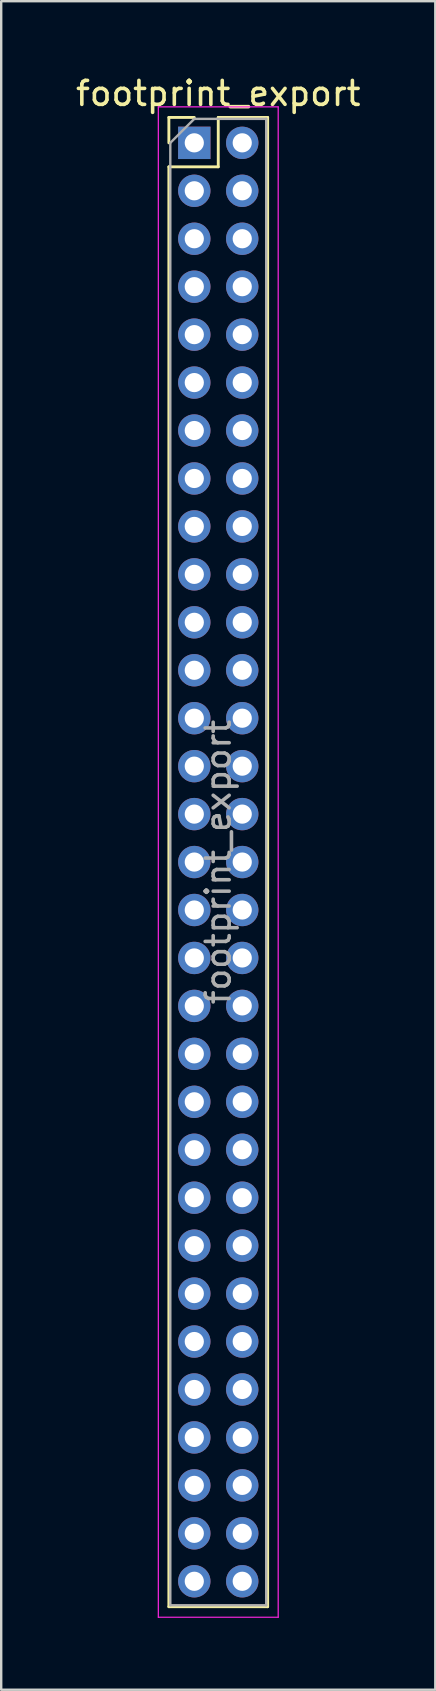
<source format=kicad_pcb>
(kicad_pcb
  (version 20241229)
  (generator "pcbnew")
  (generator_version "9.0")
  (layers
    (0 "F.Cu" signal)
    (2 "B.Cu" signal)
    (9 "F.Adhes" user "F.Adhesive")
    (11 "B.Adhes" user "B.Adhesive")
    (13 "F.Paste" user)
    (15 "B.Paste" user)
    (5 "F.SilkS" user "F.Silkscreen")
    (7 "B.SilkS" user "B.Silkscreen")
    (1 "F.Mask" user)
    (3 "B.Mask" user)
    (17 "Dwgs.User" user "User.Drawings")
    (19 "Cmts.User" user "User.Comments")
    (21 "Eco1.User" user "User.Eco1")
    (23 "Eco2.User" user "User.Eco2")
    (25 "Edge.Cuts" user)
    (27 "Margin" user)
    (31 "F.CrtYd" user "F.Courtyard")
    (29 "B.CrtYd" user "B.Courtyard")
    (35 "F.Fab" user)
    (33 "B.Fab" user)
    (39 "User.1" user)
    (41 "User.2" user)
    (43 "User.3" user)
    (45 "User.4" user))
  (footprint "footprint_export"
    (layer "F.Cu")
    (at 5.054 2.908)
    (property "Reference" "footprint_export" (at 1 -2.06 0) (layer "F.SilkS") (effects (font (size 1 1) (thickness 0.15))))
    (attr through_hole)
    (fp_line (start -1.06 -1.06) (end 0 -1.06) (stroke (width 0.12) (type solid)) (layer "F.SilkS"))
    (fp_line (start -1.06 0) (end -1.06 -1.06) (stroke (width 0.12) (type solid)) (layer "F.SilkS"))
    (fp_line (start -1.06 1) (end -1.06 61.06) (stroke (width 0.12) (type solid)) (layer "F.SilkS"))
    (fp_line (start -1.06 1) (end 1 1) (stroke (width 0.12) (type solid)) (layer "F.SilkS"))
    (fp_line (start -1.06 61.06) (end 3.06 61.06) (stroke (width 0.12) (type solid)) (layer "F.SilkS"))
    (fp_line (start 1 -1.06) (end 3.06 -1.06) (stroke (width 0.12) (type solid)) (layer "F.SilkS"))
    (fp_line (start 1 1) (end 1 -1.06) (stroke (width 0.12) (type solid)) (layer "F.SilkS"))
    (fp_line (start 3.06 -1.06) (end 3.06 61.06) (stroke (width 0.12) (type solid)) (layer "F.SilkS"))
    (fp_line (start -1.5 -1.5) (end -1.5 61.5) (stroke (width 0.05) (type solid)) (layer "F.CrtYd"))
    (fp_line (start -1.5 61.5) (end 3.5 61.5) (stroke (width 0.05) (type solid)) (layer "F.CrtYd"))
    (fp_line (start 3.5 -1.5) (end -1.5 -1.5) (stroke (width 0.05) (type solid)) (layer "F.CrtYd"))
    (fp_line (start 3.5 61.5) (end 3.5 -1.5) (stroke (width 0.05) (type solid)) (layer "F.CrtYd"))
    (fp_line (start -1 0) (end 0 -1) (stroke (width 0.1) (type solid)) (layer "F.Fab"))
    (fp_line (start -1 61) (end -1 0) (stroke (width 0.1) (type solid)) (layer "F.Fab"))
    (fp_line (start 0 -1) (end 3 -1) (stroke (width 0.1) (type solid)) (layer "F.Fab"))
    (fp_line (start 3 -1) (end 3 61) (stroke (width 0.1) (type solid)) (layer "F.Fab"))
    (fp_line (start 3 61) (end -1 61) (stroke (width 0.1) (type solid)) (layer "F.Fab"))
    (fp_text user "${REFERENCE}" (at 1 30 90) (layer "F.Fab") (effects (font (size 1 1) (thickness 0.15))))
    (pad "1" thru_hole rect (at 0 0) (size 1.35 1.35) (drill 0.8) (layers "*.Cu" "*.Mask"))
    (pad "2" thru_hole oval (at 2 0) (size 1.35 1.35) (drill 0.8) (layers "*.Cu" "*.Mask"))
    (pad "3" thru_hole oval (at 0 2) (size 1.35 1.35) (drill 0.8) (layers "*.Cu" "*.Mask"))
    (pad "4" thru_hole oval (at 2 2) (size 1.35 1.35) (drill 0.8) (layers "*.Cu" "*.Mask"))
    (pad "5" thru_hole oval (at 0 4) (size 1.35 1.35) (drill 0.8) (layers "*.Cu" "*.Mask"))
    (pad "6" thru_hole oval (at 2 4) (size 1.35 1.35) (drill 0.8) (layers "*.Cu" "*.Mask"))
    (pad "7" thru_hole oval (at 0 6) (size 1.35 1.35) (drill 0.8) (layers "*.Cu" "*.Mask"))
    (pad "8" thru_hole oval (at 2 6) (size 1.35 1.35) (drill 0.8) (layers "*.Cu" "*.Mask"))
    (pad "9" thru_hole oval (at 0 8) (size 1.35 1.35) (drill 0.8) (layers "*.Cu" "*.Mask"))
    (pad "10" thru_hole oval (at 2 8) (size 1.35 1.35) (drill 0.8) (layers "*.Cu" "*.Mask"))
    (pad "11" thru_hole oval (at 0 10) (size 1.35 1.35) (drill 0.8) (layers "*.Cu" "*.Mask"))
    (pad "12" thru_hole oval (at 2 10) (size 1.35 1.35) (drill 0.8) (layers "*.Cu" "*.Mask"))
    (pad "13" thru_hole oval (at 0 12) (size 1.35 1.35) (drill 0.8) (layers "*.Cu" "*.Mask"))
    (pad "14" thru_hole oval (at 2 12) (size 1.35 1.35) (drill 0.8) (layers "*.Cu" "*.Mask"))
    (pad "15" thru_hole oval (at 0 14) (size 1.35 1.35) (drill 0.8) (layers "*.Cu" "*.Mask"))
    (pad "16" thru_hole oval (at 2 14) (size 1.35 1.35) (drill 0.8) (layers "*.Cu" "*.Mask"))
    (pad "17" thru_hole oval (at 0 16) (size 1.35 1.35) (drill 0.8) (layers "*.Cu" "*.Mask"))
    (pad "18" thru_hole oval (at 2 16) (size 1.35 1.35) (drill 0.8) (layers "*.Cu" "*.Mask"))
    (pad "19" thru_hole oval (at 0 18) (size 1.35 1.35) (drill 0.8) (layers "*.Cu" "*.Mask"))
    (pad "20" thru_hole oval (at 2 18) (size 1.35 1.35) (drill 0.8) (layers "*.Cu" "*.Mask"))
    (pad "21" thru_hole oval (at 0 20) (size 1.35 1.35) (drill 0.8) (layers "*.Cu" "*.Mask"))
    (pad "22" thru_hole oval (at 2 20) (size 1.35 1.35) (drill 0.8) (layers "*.Cu" "*.Mask"))
    (pad "23" thru_hole oval (at 0 22) (size 1.35 1.35) (drill 0.8) (layers "*.Cu" "*.Mask"))
    (pad "24" thru_hole oval (at 2 22) (size 1.35 1.35) (drill 0.8) (layers "*.Cu" "*.Mask"))
    (pad "25" thru_hole oval (at 0 24) (size 1.35 1.35) (drill 0.8) (layers "*.Cu" "*.Mask"))
    (pad "26" thru_hole oval (at 2 24) (size 1.35 1.35) (drill 0.8) (layers "*.Cu" "*.Mask"))
    (pad "27" thru_hole oval (at 0 26) (size 1.35 1.35) (drill 0.8) (layers "*.Cu" "*.Mask"))
    (pad "28" thru_hole oval (at 2 26) (size 1.35 1.35) (drill 0.8) (layers "*.Cu" "*.Mask"))
    (pad "29" thru_hole oval (at 0 28) (size 1.35 1.35) (drill 0.8) (layers "*.Cu" "*.Mask"))
    (pad "30" thru_hole oval (at 2 28) (size 1.35 1.35) (drill 0.8) (layers "*.Cu" "*.Mask"))
    (pad "31" thru_hole oval (at 0 30) (size 1.35 1.35) (drill 0.8) (layers "*.Cu" "*.Mask"))
    (pad "32" thru_hole oval (at 2 30) (size 1.35 1.35) (drill 0.8) (layers "*.Cu" "*.Mask"))
    (pad "33" thru_hole oval (at 0 32) (size 1.35 1.35) (drill 0.8) (layers "*.Cu" "*.Mask"))
    (pad "34" thru_hole oval (at 2 32) (size 1.35 1.35) (drill 0.8) (layers "*.Cu" "*.Mask"))
    (pad "35" thru_hole oval (at 0 34) (size 1.35 1.35) (drill 0.8) (layers "*.Cu" "*.Mask"))
    (pad "36" thru_hole oval (at 2 34) (size 1.35 1.35) (drill 0.8) (layers "*.Cu" "*.Mask"))
    (pad "37" thru_hole oval (at 0 36) (size 1.35 1.35) (drill 0.8) (layers "*.Cu" "*.Mask"))
    (pad "38" thru_hole oval (at 2 36) (size 1.35 1.35) (drill 0.8) (layers "*.Cu" "*.Mask"))
    (pad "39" thru_hole oval (at 0 38) (size 1.35 1.35) (drill 0.8) (layers "*.Cu" "*.Mask"))
    (pad "40" thru_hole oval (at 2 38) (size 1.35 1.35) (drill 0.8) (layers "*.Cu" "*.Mask"))
    (pad "41" thru_hole oval (at 0 40) (size 1.35 1.35) (drill 0.8) (layers "*.Cu" "*.Mask"))
    (pad "42" thru_hole oval (at 2 40) (size 1.35 1.35) (drill 0.8) (layers "*.Cu" "*.Mask"))
    (pad "43" thru_hole oval (at 0 42) (size 1.35 1.35) (drill 0.8) (layers "*.Cu" "*.Mask"))
    (pad "44" thru_hole oval (at 2 42) (size 1.35 1.35) (drill 0.8) (layers "*.Cu" "*.Mask"))
    (pad "45" thru_hole oval (at 0 44) (size 1.35 1.35) (drill 0.8) (layers "*.Cu" "*.Mask"))
    (pad "46" thru_hole oval (at 2 44) (size 1.35 1.35) (drill 0.8) (layers "*.Cu" "*.Mask"))
    (pad "47" thru_hole oval (at 0 46) (size 1.35 1.35) (drill 0.8) (layers "*.Cu" "*.Mask"))
    (pad "48" thru_hole oval (at 2 46) (size 1.35 1.35) (drill 0.8) (layers "*.Cu" "*.Mask"))
    (pad "49" thru_hole oval (at 0 48) (size 1.35 1.35) (drill 0.8) (layers "*.Cu" "*.Mask"))
    (pad "50" thru_hole oval (at 2 48) (size 1.35 1.35) (drill 0.8) (layers "*.Cu" "*.Mask"))
    (pad "51" thru_hole oval (at 0 50) (size 1.35 1.35) (drill 0.8) (layers "*.Cu" "*.Mask"))
    (pad "52" thru_hole oval (at 2 50) (size 1.35 1.35) (drill 0.8) (layers "*.Cu" "*.Mask"))
    (pad "53" thru_hole oval (at 0 52) (size 1.35 1.35) (drill 0.8) (layers "*.Cu" "*.Mask"))
    (pad "54" thru_hole oval (at 2 52) (size 1.35 1.35) (drill 0.8) (layers "*.Cu" "*.Mask"))
    (pad "55" thru_hole oval (at 0 54) (size 1.35 1.35) (drill 0.8) (layers "*.Cu" "*.Mask"))
    (pad "56" thru_hole oval (at 2 54) (size 1.35 1.35) (drill 0.8) (layers "*.Cu" "*.Mask"))
    (pad "57" thru_hole oval (at 0 56) (size 1.35 1.35) (drill 0.8) (layers "*.Cu" "*.Mask"))
    (pad "58" thru_hole oval (at 2 56) (size 1.35 1.35) (drill 0.8) (layers "*.Cu" "*.Mask"))
    (pad "59" thru_hole oval (at 0 58) (size 1.35 1.35) (drill 0.8) (layers "*.Cu" "*.Mask"))
    (pad "60" thru_hole oval (at 2 58) (size 1.35 1.35) (drill 0.8) (layers "*.Cu" "*.Mask"))
    (pad "61" thru_hole oval (at 0 60) (size 1.35 1.35) (drill 0.8) (layers "*.Cu" "*.Mask"))
    (pad "62" thru_hole oval (at 2 60) (size 1.35 1.35) (drill 0.8) (layers "*.Cu" "*.Mask")))
  (gr_rect
    (start -3 -3)
    (end 15.107 67.433)
    (stroke (width 0.1) (type default))
    (fill no)
    (layer "Edge.Cuts")))
</source>
